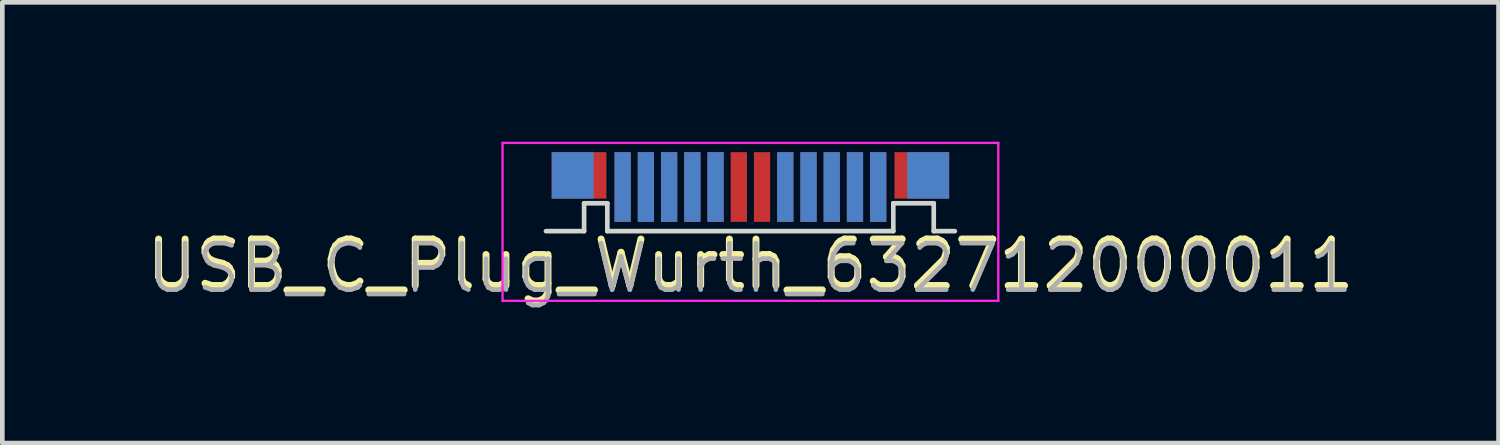
<source format=kicad_pcb>
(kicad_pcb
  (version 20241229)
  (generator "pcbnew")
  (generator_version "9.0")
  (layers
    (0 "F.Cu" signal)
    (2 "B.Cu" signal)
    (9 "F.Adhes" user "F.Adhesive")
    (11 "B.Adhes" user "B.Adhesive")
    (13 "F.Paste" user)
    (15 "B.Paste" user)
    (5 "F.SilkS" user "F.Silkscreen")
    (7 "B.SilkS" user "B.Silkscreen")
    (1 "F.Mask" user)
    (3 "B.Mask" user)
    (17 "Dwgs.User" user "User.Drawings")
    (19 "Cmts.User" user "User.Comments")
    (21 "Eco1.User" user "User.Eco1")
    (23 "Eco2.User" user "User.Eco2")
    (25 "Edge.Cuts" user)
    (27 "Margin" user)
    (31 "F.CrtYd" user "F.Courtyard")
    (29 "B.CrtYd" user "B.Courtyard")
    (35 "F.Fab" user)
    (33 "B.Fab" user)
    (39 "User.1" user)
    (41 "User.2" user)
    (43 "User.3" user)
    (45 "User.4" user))
  (footprint "USB_C_Plug_Wurth_632712000011"
    (layer "F.Cu")
    (at 13.101 1.725)
    (property "Reference" "USB_C_Plug_Wurth_632712000011" (at 0 1.5 0) (unlocked yes) (layer "F.SilkS") (effects (font (size 1 1) (thickness 0.15)) (justify bottom)))
    (attr smd)
    (fp_line (start -4.4 0.2) (end -3.58 0.2) (stroke (width 0.1) (type solid)) (layer "Edge.Cuts"))
    (fp_line (start -3.58 -0.4) (end -3.58 0.2) (stroke (width 0.1) (type solid)) (layer "Edge.Cuts"))
    (fp_line (start -3.58 -0.4) (end -3.08 -0.4) (stroke (width 0.1) (type solid)) (layer "Edge.Cuts"))
    (fp_line (start -3.08 -0.4) (end -3.08 0.2) (stroke (width 0.1) (type solid)) (layer "Edge.Cuts"))
    (fp_line (start -3.08 0.2) (end 3.075 0.2) (stroke (width 0.1) (type solid)) (layer "Edge.Cuts"))
    (fp_line (start 3.075 -0.4) (end 3.075 0.2) (stroke (width 0.1) (type solid)) (layer "Edge.Cuts"))
    (fp_line (start 3.075 -0.4) (end 3.945 -0.4) (stroke (width 0.1) (type solid)) (layer "Edge.Cuts"))
    (fp_line (start 3.945 -0.4) (end 3.945 0.2) (stroke (width 0.1) (type solid)) (layer "Edge.Cuts"))
    (fp_line (start 3.945 0.2) (end 4.4 0.2) (stroke (width 0.1) (type solid)) (layer "Edge.Cuts"))
    (fp_line (start -5.335 -1.7) (end -5.335 1.7) (stroke (width 0.05) (type solid)) (layer "F.CrtYd"))
    (fp_line (start -5.335 -1.7) (end 5.335 -1.7) (stroke (width 0.05) (type solid)) (layer "F.CrtYd"))
    (fp_line (start -5.335 1.7) (end 5.335 1.7) (stroke (width 0.05) (type solid)) (layer "F.CrtYd"))
    (fp_line (start 5.335 -1.7) (end 5.335 1.7) (stroke (width 0.05) (type solid)) (layer "F.CrtYd"))
    (fp_line (start -3.58 -0.4) (end -3.58 0.2) (stroke (width 0.1) (type solid)) (layer "User.8"))
    (fp_line (start -3.58 -0.4) (end -3.08 -0.4) (stroke (width 0.1) (type solid)) (layer "User.8"))
    (fp_line (start -3.08 -0.4) (end -3.08 0.2) (stroke (width 0.1) (type solid)) (layer "User.8"))
    (fp_text user "${REFERENCE}" (at 0 1 0) (layer "F.Fab") (effects (font (size 1 1) (thickness 0.1))))
    (pad "A1" smd rect (at 2.75 -0.75) (size 0.35 1.5) (layers "F.Cu" "F.Mask" "F.Paste"))
    (pad "A2" smd rect (at 2.25 -0.75) (size 0.35 1.5) (layers "F.Cu" "F.Mask" "F.Paste"))
    (pad "A3" smd rect (at 1.75 -0.75) (size 0.35 1.5) (layers "F.Cu" "F.Mask" "F.Paste"))
    (pad "A4" smd rect (at 1.25 -0.75) (size 0.35 1.5) (layers "F.Cu" "F.Mask" "F.Paste"))
    (pad "A5" smd rect (at 0.75 -0.75) (size 0.35 1.5) (layers "F.Cu" "F.Mask" "F.Paste"))
    (pad "A6" smd rect (at 0.25 -0.75) (size 0.35 1.5) (layers "F.Cu" "F.Mask" "F.Paste"))
    (pad "A7" smd rect (at -0.25 -0.75) (size 0.35 1.5) (layers "F.Cu" "F.Mask" "F.Paste"))
    (pad "A8" smd rect (at -0.75 -0.75) (size 0.35 1.5) (layers "F.Cu" "F.Mask" "F.Paste"))
    (pad "A9" smd rect (at -1.25 -0.75) (size 0.35 1.5) (layers "F.Cu" "F.Mask" "F.Paste"))
    (pad "A10" smd rect (at -1.75 -0.75) (size 0.35 1.5) (layers "F.Cu" "F.Mask" "F.Paste"))
    (pad "A11" smd rect (at -2.25 -0.75) (size 0.35 1.5) (layers "F.Cu" "F.Mask" "F.Paste"))
    (pad "A12" smd rect (at -2.75 -0.75) (size 0.35 1.5) (layers "F.Cu" "F.Mask" "F.Paste"))
    (pad "B1" smd rect (at -2.75 -0.75) (size 0.35 1.5) (layers "B.Cu" "B.Mask" "B.Paste"))
    (pad "B2" smd rect (at -2.25 -0.75) (size 0.35 1.5) (layers "B.Cu" "B.Mask" "B.Paste"))
    (pad "B3" smd rect (at -1.75 -0.75) (size 0.35 1.5) (layers "B.Cu" "B.Mask" "B.Paste"))
    (pad "B4" smd rect (at -1.25 -0.75) (size 0.35 1.5) (layers "B.Cu" "B.Mask" "B.Paste"))
    (pad "B5" smd rect (at -0.75 -0.75) (size 0.35 1.5) (layers "B.Cu" "B.Mask" "B.Paste"))
    (pad "B8" smd rect (at 0.75 -0.75) (size 0.35 1.5) (layers "B.Cu" "B.Mask" "B.Paste"))
    (pad "B9" smd rect (at 1.25 -0.75) (size 0.35 1.5) (layers "B.Cu" "B.Mask" "B.Paste"))
    (pad "B10" smd rect (at 1.75 -0.75) (size 0.35 1.5) (layers "B.Cu" "B.Mask" "B.Paste"))
    (pad "B11" smd rect (at 2.25 -0.75) (size 0.35 1.5) (layers "B.Cu" "B.Mask" "B.Paste"))
    (pad "B12" smd rect (at 2.75 -0.75) (size 0.35 1.5) (layers "B.Cu" "B.Mask" "B.Paste"))
    (pad "S1" smd rect (at -3.69 -1) (size 1.18 1) (layers "F.Cu" "F.Mask" "F.Paste"))
    (pad "S2" smd rect (at 3.69 -1) (size 1.18 1) (layers "F.Cu" "F.Mask" "F.Paste"))
    (pad "S3" smd rect (at -3.825 -1) (size 0.9 1) (layers "B.Cu" "B.Mask" "B.Paste"))
    (pad "S4" smd rect (at 3.825 -1) (size 0.9 1) (layers "B.Cu" "B.Mask" "B.Paste")))
  (gr_rect
    (start -3 -3)
    (end 29.202 6.486)
    (stroke (width 0.1) (type default))
    (fill no)
    (layer "Edge.Cuts")))
</source>
